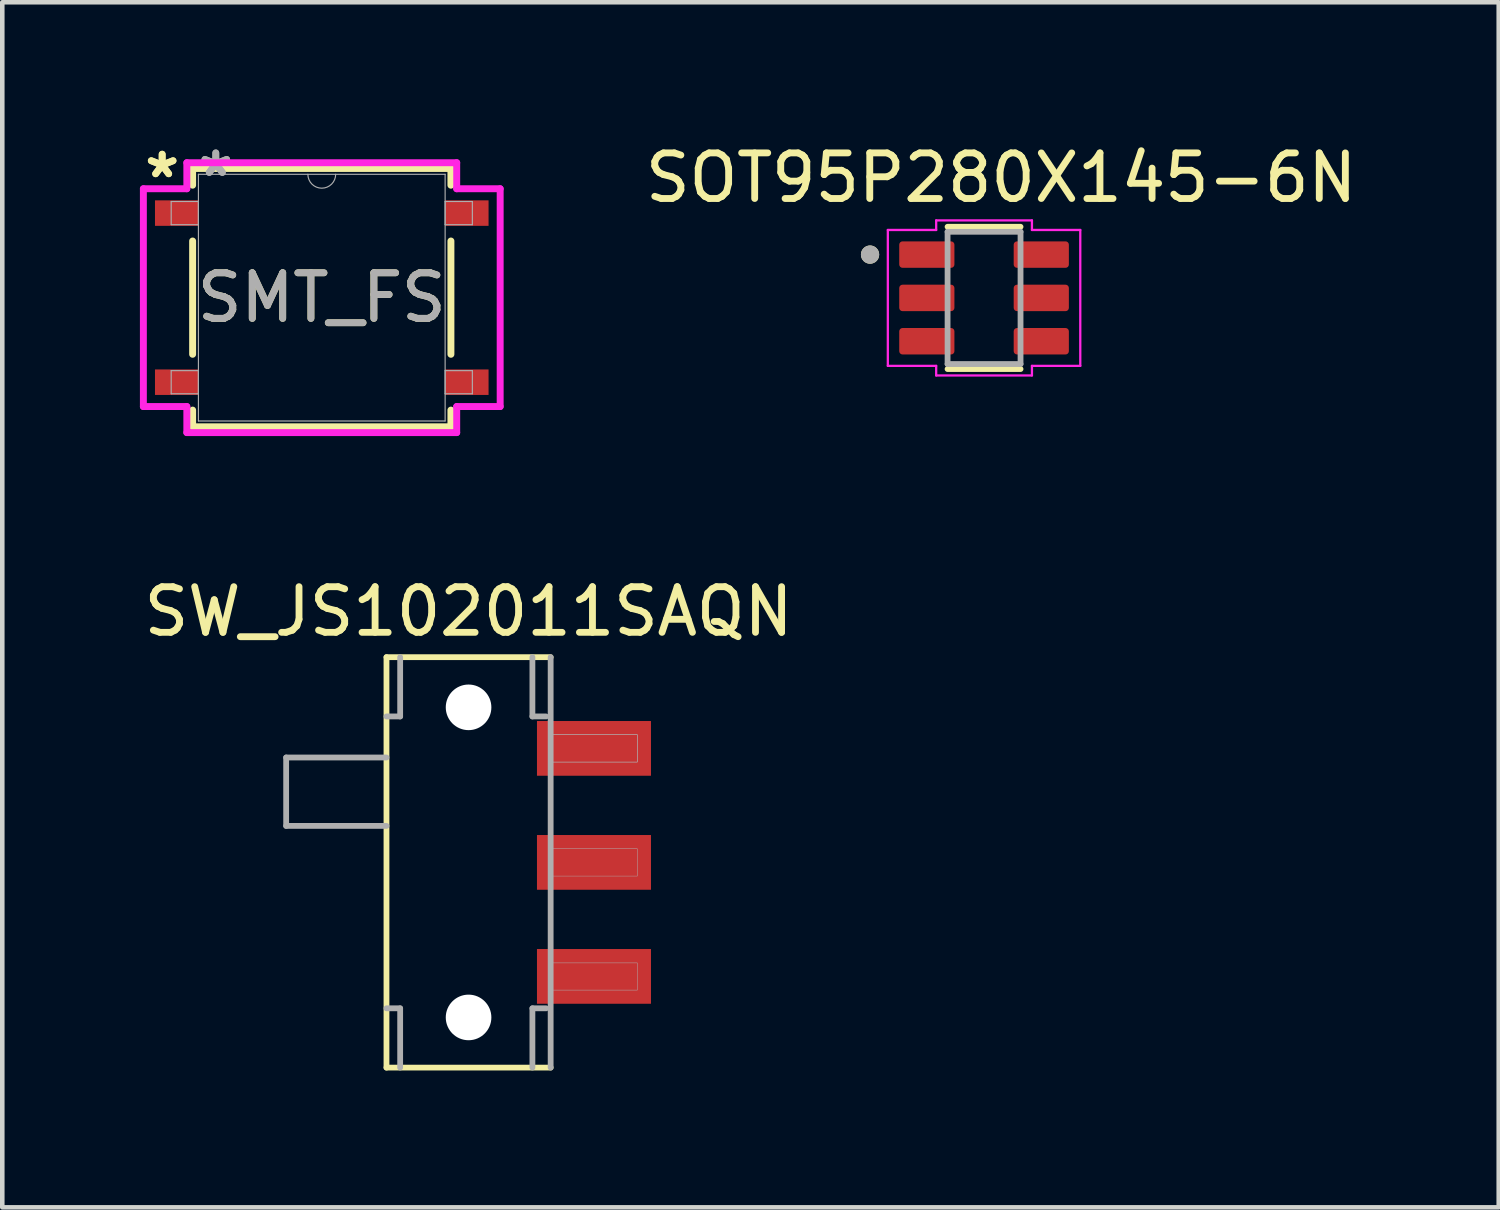
<source format=kicad_pcb>
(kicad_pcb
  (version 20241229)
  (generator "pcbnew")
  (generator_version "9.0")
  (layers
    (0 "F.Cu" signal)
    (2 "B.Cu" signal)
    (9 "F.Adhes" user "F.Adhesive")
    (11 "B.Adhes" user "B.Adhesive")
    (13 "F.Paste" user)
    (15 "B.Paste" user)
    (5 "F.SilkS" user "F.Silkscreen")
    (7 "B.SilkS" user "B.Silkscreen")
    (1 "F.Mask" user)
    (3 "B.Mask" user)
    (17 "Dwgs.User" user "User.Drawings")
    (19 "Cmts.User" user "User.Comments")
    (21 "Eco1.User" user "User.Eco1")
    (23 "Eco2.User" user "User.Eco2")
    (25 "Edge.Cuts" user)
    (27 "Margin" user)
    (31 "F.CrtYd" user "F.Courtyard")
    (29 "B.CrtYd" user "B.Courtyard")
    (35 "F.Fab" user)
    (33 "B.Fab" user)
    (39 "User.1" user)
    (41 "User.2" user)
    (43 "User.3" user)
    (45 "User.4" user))
  (footprint "SW_JS102011SAQN"
    (layer "F.Cu")
    (at 7.225 15.861)
    (property "Reference" "SW_JS102011SAQN" (at 0 -5.5 0) (layer "F.SilkS") (effects (font (size 1.001 1.001) (thickness 0.15))))
    (attr smd)
    (fp_line (start -1.8 -4.5) (end -1.8 4.5) (stroke (width 0.127) (type solid)) (layer "F.SilkS"))
    (fp_line (start 1.8 -4.5) (end -1.8 -4.5) (stroke (width 0.127) (type solid)) (layer "F.SilkS"))
    (fp_line (start 1.8 4.5) (end -1.8 4.5) (stroke (width 0.127) (type solid)) (layer "F.SilkS"))
    (fp_line (start -4 -2.3) (end -4 -0.8) (stroke (width 0.127) (type solid)) (layer "F.Fab"))
    (fp_line (start -4 -0.8) (end -1.8 -0.8) (stroke (width 0.127) (type solid)) (layer "F.Fab"))
    (fp_line (start -1.8 -2.3) (end -4 -2.3) (stroke (width 0.127) (type solid)) (layer "F.Fab"))
    (fp_line (start -1.5 -4.5) (end -1.5 -3.2) (stroke (width 0.127) (type solid)) (layer "F.Fab"))
    (fp_line (start -1.5 -3.2) (end -1.8 -3.2) (stroke (width 0.127) (type solid)) (layer "F.Fab"))
    (fp_line (start -1.5 3.2) (end -1.8 3.2) (stroke (width 0.127) (type solid)) (layer "F.Fab"))
    (fp_line (start -1.5 3.2) (end -1.5 4.5) (stroke (width 0.127) (type solid)) (layer "F.Fab"))
    (fp_line (start 1.4 -4.5) (end 1.4 -3.2) (stroke (width 0.127) (type solid)) (layer "F.Fab"))
    (fp_line (start 1.4 3.2) (end 1.4 4.5) (stroke (width 0.127) (type solid)) (layer "F.Fab"))
    (fp_line (start 1.7 -3.2) (end 1.4 -3.2) (stroke (width 0.127) (type solid)) (layer "F.Fab"))
    (fp_line (start 1.7 3.2) (end 1.4 3.2) (stroke (width 0.127) (type solid)) (layer "F.Fab"))
    (fp_line (start 1.8 -4.5) (end 1.8 4.5) (stroke (width 0.127) (type solid)) (layer "F.Fab"))
    (fp_rect (start 1.8 -0.3) (end 3.7 0.3) (stroke (width 0.01) (type solid)) (fill no) (layer "F.Fab"))
    (fp_rect (start 1.801 -2.801) (end 3.7 -2.2) (stroke (width 0.01) (type solid)) (fill no) (layer "F.Fab"))
    (fp_rect (start 1.801 -2.801) (end 3.7 -2.2) (stroke (width 0.01) (type solid)) (fill no) (layer "F.Fab"))
    (fp_rect (start 1.803 2.204) (end 3.7 2.8) (stroke (width 0.01) (type solid)) (fill no) (layer "F.Fab"))
    (pad "" np_thru_hole circle (at 0 -3.4 270) (size 1 1) (drill 1) (layers "*.Cu" "*.Mask"))
    (pad "" np_thru_hole circle (at 0 3.4 270) (size 1 1) (drill 1) (layers "*.Cu" "*.Mask"))
    (pad "1" smd rect (at 2.75 -2.5 270) (size 1.2 2.5) (layers "F.Cu" "F.Mask" "F.Paste"))
    (pad "2" smd rect (at 2.75 0 270) (size 1.2 2.5) (layers "F.Cu" "F.Mask" "F.Paste"))
    (pad "3" smd rect (at 2.75 2.5 270) (size 1.2 2.5) (layers "F.Cu" "F.Mask" "F.Paste")))
  (footprint "SMT_FS"
    (layer "F.Cu")
    (at 4.006 3.477)
    (property "Reference" "SMT_FS" (at 0 0 0) (unlocked yes) (layer "F.SilkS") (effects (font (size 1 1) (thickness 0.15))))
    (attr smd)
    (fp_line (start -2.832 -2.832) (end -2.832 -2.466) (stroke (width 0.152) (type solid)) (layer "F.SilkS"))
    (fp_line (start -2.832 -1.242) (end -2.832 1.242) (stroke (width 0.152) (type solid)) (layer "F.SilkS"))
    (fp_line (start -2.832 2.466) (end -2.832 2.832) (stroke (width 0.152) (type solid)) (layer "F.SilkS"))
    (fp_line (start -2.832 2.832) (end 2.832 2.832) (stroke (width 0.152) (type solid)) (layer "F.SilkS"))
    (fp_line (start 2.832 -2.832) (end -2.832 -2.832) (stroke (width 0.152) (type solid)) (layer "F.SilkS"))
    (fp_line (start 2.832 -2.466) (end 2.832 -2.832) (stroke (width 0.152) (type solid)) (layer "F.SilkS"))
    (fp_line (start 2.832 1.242) (end 2.832 -1.242) (stroke (width 0.152) (type solid)) (layer "F.SilkS"))
    (fp_line (start 2.832 2.832) (end 2.832 2.466) (stroke (width 0.152) (type solid)) (layer "F.SilkS"))
    (fp_line (start -3.912 -2.388) (end -2.959 -2.388) (stroke (width 0.152) (type solid)) (layer "F.CrtYd"))
    (fp_line (start -3.912 2.388) (end -3.912 -2.388) (stroke (width 0.152) (type solid)) (layer "F.CrtYd"))
    (fp_line (start -3.912 2.388) (end -2.959 2.388) (stroke (width 0.152) (type solid)) (layer "F.CrtYd"))
    (fp_line (start -2.959 -2.959) (end 2.959 -2.959) (stroke (width 0.152) (type solid)) (layer "F.CrtYd"))
    (fp_line (start -2.959 -2.388) (end -2.959 -2.959) (stroke (width 0.152) (type solid)) (layer "F.CrtYd"))
    (fp_line (start -2.959 2.959) (end -2.959 2.388) (stroke (width 0.152) (type solid)) (layer "F.CrtYd"))
    (fp_line (start 2.959 -2.959) (end 2.959 -2.388) (stroke (width 0.152) (type solid)) (layer "F.CrtYd"))
    (fp_line (start 2.959 2.388) (end 2.959 2.959) (stroke (width 0.152) (type solid)) (layer "F.CrtYd"))
    (fp_line (start 2.959 2.959) (end -2.959 2.959) (stroke (width 0.152) (type solid)) (layer "F.CrtYd"))
    (fp_line (start 3.912 -2.388) (end 2.959 -2.388) (stroke (width 0.152) (type solid)) (layer "F.CrtYd"))
    (fp_line (start 3.912 -2.388) (end 3.912 2.388) (stroke (width 0.152) (type solid)) (layer "F.CrtYd"))
    (fp_line (start 3.912 2.388) (end 2.959 2.388) (stroke (width 0.152) (type solid)) (layer "F.CrtYd"))
    (fp_line (start -3.302 -2.108) (end -3.302 -1.6) (stroke (width 0.025) (type solid)) (layer "F.Fab"))
    (fp_line (start -3.302 -1.6) (end -2.705 -1.6) (stroke (width 0.025) (type solid)) (layer "F.Fab"))
    (fp_line (start -3.302 1.6) (end -3.302 2.108) (stroke (width 0.025) (type solid)) (layer "F.Fab"))
    (fp_line (start -3.302 2.108) (end -2.705 2.108) (stroke (width 0.025) (type solid)) (layer "F.Fab"))
    (fp_line (start -2.705 -2.705) (end -2.705 2.705) (stroke (width 0.025) (type solid)) (layer "F.Fab"))
    (fp_line (start -2.705 -2.108) (end -3.302 -2.108) (stroke (width 0.025) (type solid)) (layer "F.Fab"))
    (fp_line (start -2.705 -1.6) (end -2.705 -2.108) (stroke (width 0.025) (type solid)) (layer "F.Fab"))
    (fp_line (start -2.705 1.6) (end -3.302 1.6) (stroke (width 0.025) (type solid)) (layer "F.Fab"))
    (fp_line (start -2.705 2.108) (end -2.705 1.6) (stroke (width 0.025) (type solid)) (layer "F.Fab"))
    (fp_line (start -2.705 2.705) (end 2.705 2.705) (stroke (width 0.025) (type solid)) (layer "F.Fab"))
    (fp_line (start 2.705 -2.705) (end -2.705 -2.705) (stroke (width 0.025) (type solid)) (layer "F.Fab"))
    (fp_line (start 2.705 -2.108) (end 2.705 -1.6) (stroke (width 0.025) (type solid)) (layer "F.Fab"))
    (fp_line (start 2.705 -1.6) (end 3.302 -1.6) (stroke (width 0.025) (type solid)) (layer "F.Fab"))
    (fp_line (start 2.705 1.6) (end 2.705 2.108) (stroke (width 0.025) (type solid)) (layer "F.Fab"))
    (fp_line (start 2.705 2.108) (end 3.302 2.108) (stroke (width 0.025) (type solid)) (layer "F.Fab"))
    (fp_line (start 2.705 2.705) (end 2.705 -2.705) (stroke (width 0.025) (type solid)) (layer "F.Fab"))
    (fp_line (start 3.302 -2.108) (end 2.705 -2.108) (stroke (width 0.025) (type solid)) (layer "F.Fab"))
    (fp_line (start 3.302 -1.6) (end 3.302 -2.108) (stroke (width 0.025) (type solid)) (layer "F.Fab"))
    (fp_line (start 3.302 1.6) (end 2.705 1.6) (stroke (width 0.025) (type solid)) (layer "F.Fab"))
    (fp_line (start 3.302 2.108) (end 3.302 1.6) (stroke (width 0.025) (type solid)) (layer "F.Fab"))
    (fp_arc (start 0.3048 -2.7051) (mid 0 -2.4003) (end -0.3048 -2.7051) (stroke (width 0.0254) (type solid)) (layer "F.Fab"))
    (fp_text user "*" (at -3.5 -2.6 0) (layer "F.SilkS") (effects (font (size 1 1) (thickness 0.15))))
    (fp_text user "*" (at -3.5 -2.6 0) (unlocked yes) (layer "F.SilkS") (effects (font (size 1 1) (thickness 0.15))))
    (fp_text user "*" (at -2.324 -2.629 0) (unlocked yes) (layer "F.Fab") (effects (font (size 1 1) (thickness 0.15))))
    (fp_text user "*" (at -2.324 -2.629 0) (layer "F.Fab") (effects (font (size 1 1) (thickness 0.15))))
    (fp_text user "${REFERENCE}" (at 0 0 0) (unlocked yes) (layer "F.Fab") (effects (font (size 1 1) (thickness 0.15))))
    (pad "1" smd rect (at -3.181 -1.854) (size 0.953 0.559) (layers "F.Cu" "F.Mask" "F.Paste"))
    (pad "2" smd rect (at 3.181 -1.854) (size 0.953 0.559) (layers "F.Cu" "F.Mask" "F.Paste"))
    (pad "3" smd rect (at -3.181 1.854) (size 0.953 0.559) (layers "F.Cu" "F.Mask" "F.Paste"))
    (pad "4" smd rect (at 3.181 1.854) (size 0.953 0.559) (layers "F.Cu" "F.Mask" "F.Paste")))
  (footprint "SOT95P280X145-6N"
    (layer "F.Cu")
    (at 18.529 3.483)
    (property "Reference" "SOT95P280X145-6N" (at 0.375 -2.635 0) (layer "F.SilkS") (effects (font (size 1 1) (thickness 0.15))))
    (attr smd)
    (fp_line (start -0.8 1.56) (end 0.8 1.56) (stroke (width 0.127) (type solid)) (layer "F.SilkS"))
    (fp_line (start 0.8 -1.56) (end -0.8 -1.56) (stroke (width 0.127) (type solid)) (layer "F.SilkS"))
    (fp_circle (center -2.5 -0.95) (end -2.4 -0.95) (stroke (width 0.2) (type solid)) (fill no) (layer "F.SilkS"))
    (fp_line (start -2.11 -1.49) (end -2.11 1.49) (stroke (width 0.05) (type solid)) (layer "F.CrtYd"))
    (fp_line (start -2.11 -1.49) (end -1.05 -1.49) (stroke (width 0.05) (type solid)) (layer "F.CrtYd"))
    (fp_line (start -2.11 1.49) (end -1.05 1.49) (stroke (width 0.05) (type solid)) (layer "F.CrtYd"))
    (fp_line (start -1.05 -1.49) (end -1.05 -1.7) (stroke (width 0.05) (type solid)) (layer "F.CrtYd"))
    (fp_line (start -1.05 1.49) (end -1.05 1.7) (stroke (width 0.05) (type solid)) (layer "F.CrtYd"))
    (fp_line (start -1.05 1.7) (end 1.05 1.7) (stroke (width 0.05) (type solid)) (layer "F.CrtYd"))
    (fp_line (start 1.05 -1.7) (end -1.05 -1.7) (stroke (width 0.05) (type solid)) (layer "F.CrtYd"))
    (fp_line (start 1.05 -1.49) (end 1.05 -1.7) (stroke (width 0.05) (type solid)) (layer "F.CrtYd"))
    (fp_line (start 1.05 1.49) (end 1.05 1.7) (stroke (width 0.05) (type solid)) (layer "F.CrtYd"))
    (fp_line (start 2.11 -1.49) (end 1.05 -1.49) (stroke (width 0.05) (type solid)) (layer "F.CrtYd"))
    (fp_line (start 2.11 1.49) (end 1.05 1.49) (stroke (width 0.05) (type solid)) (layer "F.CrtYd"))
    (fp_line (start 2.11 1.49) (end 2.11 -1.49) (stroke (width 0.05) (type solid)) (layer "F.CrtYd"))
    (fp_line (start -0.8 -1.45) (end -0.8 1.45) (stroke (width 0.127) (type solid)) (layer "F.Fab"))
    (fp_line (start -0.8 1.45) (end 0.8 1.45) (stroke (width 0.127) (type solid)) (layer "F.Fab"))
    (fp_line (start 0.8 -1.45) (end -0.8 -1.45) (stroke (width 0.127) (type solid)) (layer "F.Fab"))
    (fp_line (start 0.8 1.45) (end 0.8 -1.45) (stroke (width 0.127) (type solid)) (layer "F.Fab"))
    (fp_circle (center -2.5 -0.95) (end -2.4 -0.95) (stroke (width 0.2) (type solid)) (fill no) (layer "F.Fab"))
    (pad "1" smd roundrect (at -1.255 -0.95) (size 1.21 0.58) (layers "F.Cu" "F.Mask" "F.Paste") (roundrect_rratio 0.125))
    (pad "2" smd roundrect (at -1.255 0) (size 1.21 0.58) (layers "F.Cu" "F.Mask" "F.Paste") (roundrect_rratio 0.125))
    (pad "3" smd roundrect (at -1.255 0.95) (size 1.21 0.58) (layers "F.Cu" "F.Mask" "F.Paste") (roundrect_rratio 0.125))
    (pad "4" smd roundrect (at 1.255 0.95) (size 1.21 0.58) (layers "F.Cu" "F.Mask" "F.Paste") (roundrect_rratio 0.125))
    (pad "5" smd roundrect (at 1.255 0) (size 1.21 0.58) (layers "F.Cu" "F.Mask" "F.Paste") (roundrect_rratio 0.125))
    (pad "6" smd roundrect (at 1.255 -0.95) (size 1.21 0.58) (layers "F.Cu" "F.Mask" "F.Paste") (roundrect_rratio 0.125)))
  (gr_rect
    (start -3 -3)
    (end 29.815 23.425)
    (stroke (width 0.1) (type default))
    (fill no)
    (layer "Edge.Cuts")))
</source>
